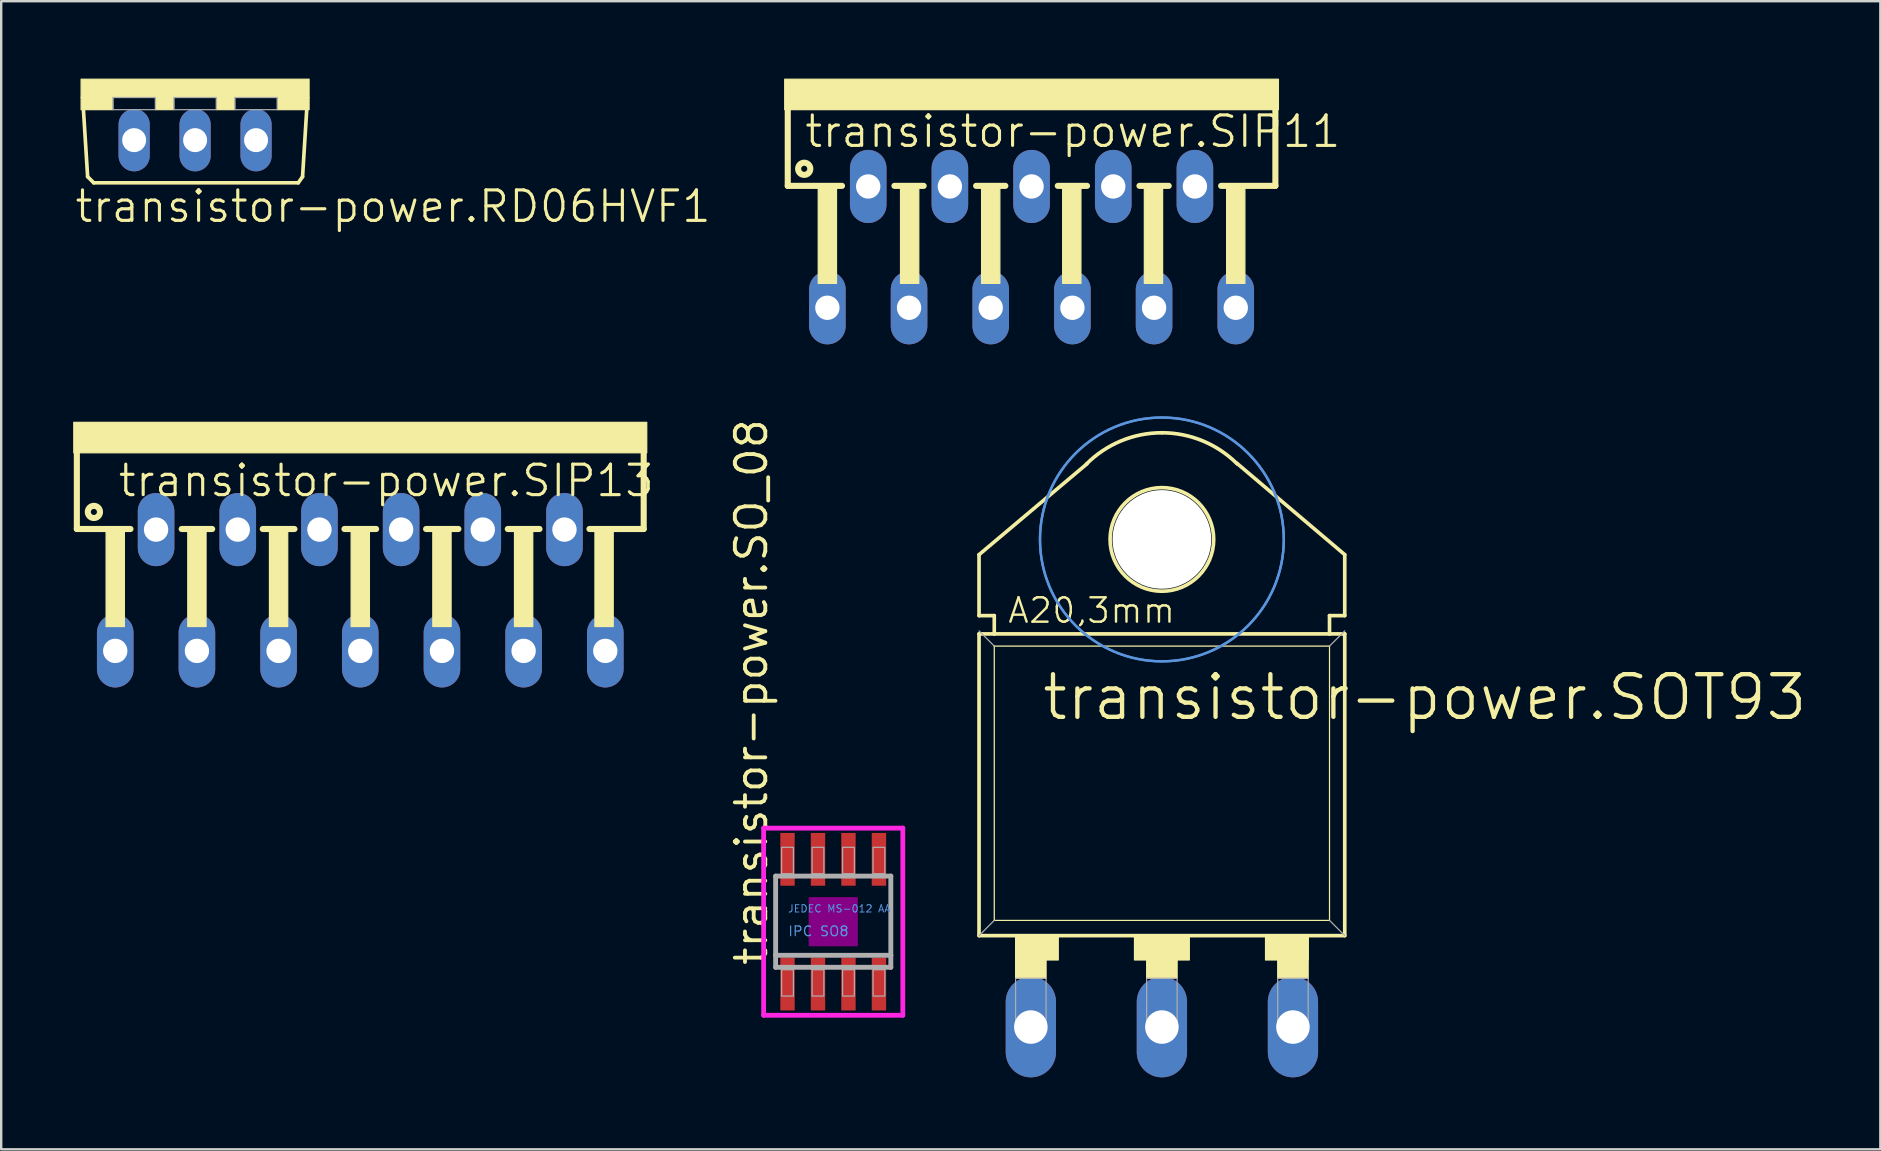
<source format=kicad_pcb>
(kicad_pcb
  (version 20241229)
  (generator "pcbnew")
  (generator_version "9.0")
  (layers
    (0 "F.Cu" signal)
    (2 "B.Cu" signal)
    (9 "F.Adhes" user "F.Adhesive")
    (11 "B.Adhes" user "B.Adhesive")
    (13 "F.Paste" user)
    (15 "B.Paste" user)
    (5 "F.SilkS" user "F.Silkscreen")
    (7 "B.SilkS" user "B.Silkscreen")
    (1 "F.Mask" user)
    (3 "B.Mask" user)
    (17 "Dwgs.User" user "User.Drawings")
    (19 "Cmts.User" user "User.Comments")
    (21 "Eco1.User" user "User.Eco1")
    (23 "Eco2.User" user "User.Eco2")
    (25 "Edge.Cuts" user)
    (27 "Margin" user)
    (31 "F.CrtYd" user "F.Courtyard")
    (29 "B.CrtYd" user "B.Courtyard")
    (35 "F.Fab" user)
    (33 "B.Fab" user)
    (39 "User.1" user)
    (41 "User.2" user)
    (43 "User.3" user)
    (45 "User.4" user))
  (footprint "transistor-power.SO_08"
    (layer "F.Cu")
    (at 31.672 35.359)
    (property "Reference" "transistor-power.SO_08" (at -2.667 1.905 90) (layer "F.SilkS") (effects (font (size 1.27 1.27) (thickness 0.16)) (justify left bottom)))
    (attr smd)
    (fp_rect (start -1 1) (end 1 -1) (stroke (width 0.05) (type default)) (fill yes) (layer "F.Adhes"))
    (fp_line (start -2.9 -3.9) (end 2.9 -3.9) (stroke (width 0.2) (type default)) (layer "F.CrtYd"))
    (fp_line (start -2.9 3.9) (end -2.9 -3.9) (stroke (width 0.2) (type default)) (layer "F.CrtYd"))
    (fp_line (start 2.9 -3.9) (end 2.9 3.9) (stroke (width 0.2) (type default)) (layer "F.CrtYd"))
    (fp_line (start 2.9 3.9) (end -2.9 3.9) (stroke (width 0.2) (type default)) (layer "F.CrtYd"))
    (fp_line (start -2.4 -1.9) (end 2.4 -1.9) (stroke (width 0.203) (type default)) (layer "F.Fab"))
    (fp_line (start -2.4 1.4) (end -2.4 -1.9) (stroke (width 0.203) (type default)) (layer "F.Fab"))
    (fp_line (start -2.4 1.9) (end -2.4 1.4) (stroke (width 0.203) (type default)) (layer "F.Fab"))
    (fp_line (start 2.4 -1.9) (end 2.4 1.4) (stroke (width 0.203) (type default)) (layer "F.Fab"))
    (fp_line (start 2.4 1.4) (end -2.4 1.4) (stroke (width 0.203) (type default)) (layer "F.Fab"))
    (fp_line (start 2.4 1.4) (end 2.4 1.9) (stroke (width 0.203) (type default)) (layer "F.Fab"))
    (fp_line (start 2.4 1.9) (end -2.4 1.9) (stroke (width 0.203) (type default)) (layer "F.Fab"))
    (fp_rect (start -2.15 -2) (end -1.66 -3.1) (stroke (width 0.05) (type default)) (fill no) (layer "F.Fab"))
    (fp_rect (start -2.15 3.1) (end -1.66 2) (stroke (width 0.05) (type default)) (fill no) (layer "F.Fab"))
    (fp_rect (start -0.88 -2) (end -0.39 -3.1) (stroke (width 0.05) (type default)) (fill no) (layer "F.Fab"))
    (fp_rect (start -0.88 3.1) (end -0.39 2) (stroke (width 0.05) (type default)) (fill no) (layer "F.Fab"))
    (fp_rect (start 0.39 -2) (end 0.88 -3.1) (stroke (width 0.05) (type default)) (fill no) (layer "F.Fab"))
    (fp_rect (start 0.39 3.1) (end 0.88 2) (stroke (width 0.05) (type default)) (fill no) (layer "F.Fab"))
    (fp_rect (start 1.66 -2) (end 2.15 -3.1) (stroke (width 0.05) (type default)) (fill no) (layer "F.Fab"))
    (fp_rect (start 1.66 3.1) (end 2.15 2) (stroke (width 0.05) (type default)) (fill no) (layer "F.Fab"))
    (fp_text user "JEDEC MS-012 AA" (at -1.905 -0.365 0) (layer "Cmts.User") (effects (font (size 0.305 0.305) (thickness 0.04)) (justify left bottom)))
    (fp_text user "IPC SO8" (at -1.905 0.635 0) (layer "Cmts.User") (effects (font (size 0.406 0.406) (thickness 0.05)) (justify left bottom)))
    (pad "1" smd roundrect (at -1.905 2.6) (size 0.6 2.2) (layers "F.Cu" "F.Mask" "F.Paste") (roundrect_rratio 0.01))
    (pad "2" smd roundrect (at -0.635 2.6) (size 0.6 2.2) (layers "F.Cu" "F.Mask" "F.Paste") (roundrect_rratio 0.01))
    (pad "3" smd roundrect (at 0.635 2.6) (size 0.6 2.2) (layers "F.Cu" "F.Mask" "F.Paste") (roundrect_rratio 0.01))
    (pad "4" smd roundrect (at 1.905 2.6) (size 0.6 2.2) (layers "F.Cu" "F.Mask" "F.Paste") (roundrect_rratio 0.01))
    (pad "5" smd roundrect (at 1.905 -2.6) (size 0.6 2.2) (layers "F.Cu" "F.Mask" "F.Paste") (roundrect_rratio 0.01))
    (pad "6" smd roundrect (at 0.635 -2.6) (size 0.6 2.2) (layers "F.Cu" "F.Mask" "F.Paste") (roundrect_rratio 0.01))
    (pad "7" smd roundrect (at -0.635 -2.6) (size 0.6 2.2) (layers "F.Cu" "F.Mask" "F.Paste") (roundrect_rratio 0.01))
    (pad "8" smd roundrect (at -1.905 -2.6) (size 0.6 2.2) (layers "F.Cu" "F.Mask" "F.Paste") (roundrect_rratio 0.01)))
  (footprint "transistor-power.SIP13"
    (layer "F.Cu")
    (at 11.963 14.549)
    (property "Reference" "transistor-power.SIP13" (at -10.16 3.175 0) (layer "F.SilkS") (effects (font (size 1.27 1.27) (thickness 0.13)) (justify left bottom)))
    (attr through_hole)
    (fp_line (start -11.811 1.27) (end -11.811 4.445) (stroke (width 0.254) (type default)) (layer "F.SilkS"))
    (fp_line (start -9.576 4.445) (end -11.811 4.445) (stroke (width 0.254) (type default)) (layer "F.SilkS"))
    (fp_line (start -7.442 4.445) (end -6.172 4.445) (stroke (width 0.254) (type default)) (layer "F.SilkS"))
    (fp_line (start -4.064 4.445) (end -2.743 4.445) (stroke (width 0.254) (type default)) (layer "F.SilkS"))
    (fp_line (start -0.66 4.445) (end 0.66 4.445) (stroke (width 0.254) (type default)) (layer "F.SilkS"))
    (fp_line (start 2.743 4.445) (end 4.089 4.445) (stroke (width 0.254) (type default)) (layer "F.SilkS"))
    (fp_line (start 6.147 4.445) (end 7.468 4.445) (stroke (width 0.254) (type default)) (layer "F.SilkS"))
    (fp_line (start 9.55 4.445) (end 11.811 4.445) (stroke (width 0.254) (type default)) (layer "F.SilkS"))
    (fp_line (start 11.811 4.445) (end 11.811 1.27) (stroke (width 0.254) (type default)) (layer "F.SilkS"))
    (fp_rect (start -11.938 1.27) (end 11.938 0) (stroke (width 0.05) (type default)) (fill yes) (layer "F.SilkS"))
    (fp_rect (start -10.592 8.509) (end -9.83 4.445) (stroke (width 0.05) (type default)) (fill yes) (layer "F.SilkS"))
    (fp_rect (start -7.188 8.509) (end -6.426 4.445) (stroke (width 0.05) (type default)) (fill yes) (layer "F.SilkS"))
    (fp_rect (start -3.785 8.509) (end -3.023 4.445) (stroke (width 0.05) (type default)) (fill yes) (layer "F.SilkS"))
    (fp_rect (start -0.381 8.509) (end 0.381 4.445) (stroke (width 0.05) (type default)) (fill yes) (layer "F.SilkS"))
    (fp_rect (start 3.023 8.509) (end 3.785 4.445) (stroke (width 0.05) (type default)) (fill yes) (layer "F.SilkS"))
    (fp_rect (start 6.426 8.509) (end 7.188 4.445) (stroke (width 0.05) (type default)) (fill yes) (layer "F.SilkS"))
    (fp_rect (start 9.779 8.509) (end 10.541 4.445) (stroke (width 0.05) (type default)) (fill yes) (layer "F.SilkS"))
    (fp_circle (center -11.1 3.734) (end -10.846 3.734) (stroke (width 0.254) (type default)) (fill no) (layer "F.SilkS"))
    (pad "1" thru_hole oval (at -10.211 9.525 90) (size 3.048 1.524) (drill 1.016) (layers "*.Cu" "*.Mask"))
    (pad "2" thru_hole oval (at -8.509 4.47 90) (size 3.048 1.524) (drill 1.016) (layers "*.Cu" "*.Mask"))
    (pad "3" thru_hole oval (at -6.807 9.525 90) (size 3.048 1.524) (drill 1.016) (layers "*.Cu" "*.Mask"))
    (pad "4" thru_hole oval (at -5.105 4.47 90) (size 3.048 1.524) (drill 1.016) (layers "*.Cu" "*.Mask"))
    (pad "5" thru_hole oval (at -3.404 9.525 90) (size 3.048 1.524) (drill 1.016) (layers "*.Cu" "*.Mask"))
    (pad "6" thru_hole oval (at -1.702 4.47 90) (size 3.048 1.524) (drill 1.016) (layers "*.Cu" "*.Mask"))
    (pad "7" thru_hole oval (at 0 9.525 90) (size 3.048 1.524) (drill 1.016) (layers "*.Cu" "*.Mask"))
    (pad "8" thru_hole oval (at 1.702 4.47 90) (size 3.048 1.524) (drill 1.016) (layers "*.Cu" "*.Mask"))
    (pad "9" thru_hole oval (at 3.404 9.525 90) (size 3.048 1.524) (drill 1.016) (layers "*.Cu" "*.Mask"))
    (pad "10" thru_hole oval (at 5.105 4.47 90) (size 3.048 1.524) (drill 1.016) (layers "*.Cu" "*.Mask"))
    (pad "11" thru_hole oval (at 6.807 9.525 90) (size 3.048 1.524) (drill 1.016) (layers "*.Cu" "*.Mask"))
    (pad "12" thru_hole oval (at 8.509 4.47 90) (size 3.048 1.524) (drill 1.016) (layers "*.Cu" "*.Mask"))
    (pad "13" thru_hole oval (at 10.211 9.525 90) (size 3.048 1.524) (drill 1.016) (layers "*.Cu" "*.Mask")))
  (footprint "transistor-power.SOT93"
    (layer "F.Cu")
    (at 45.368 29.589)
    (property "Reference" "transistor-power.SOT93" (at -5.08 -2.54 0) (layer "F.SilkS") (effects (font (size 1.778 1.778) (thickness 0.18)) (justify left bottom)))
    (attr through_hole)
    (fp_line (start -7.62 -9.525) (end -3.124 -13.31) (stroke (width 0.152) (type default)) (layer "F.SilkS"))
    (fp_line (start -7.62 -6.985) (end -7.62 -9.525) (stroke (width 0.152) (type default)) (layer "F.SilkS"))
    (fp_line (start -7.62 6.35) (end -7.62 -6.223) (stroke (width 0.152) (type default)) (layer "F.SilkS"))
    (fp_line (start -7.62 6.35) (end 7.62 6.35) (stroke (width 0.152) (type default)) (layer "F.SilkS"))
    (fp_line (start -6.985 -6.985) (end -7.62 -6.985) (stroke (width 0.152) (type default)) (layer "F.SilkS"))
    (fp_line (start -6.985 -6.223) (end -7.62 -6.223) (stroke (width 0.152) (type default)) (layer "F.SilkS"))
    (fp_line (start -6.985 -6.223) (end -6.985 -6.985) (stroke (width 0.152) (type default)) (layer "F.SilkS"))
    (fp_line (start -6.985 5.715) (end -6.985 -5.715) (stroke (width 0.051) (type default)) (layer "F.SilkS"))
    (fp_line (start -6.985 5.715) (end 6.985 5.715) (stroke (width 0.051) (type default)) (layer "F.SilkS"))
    (fp_line (start 6.985 -6.985) (end 7.62 -6.985) (stroke (width 0.152) (type default)) (layer "F.SilkS"))
    (fp_line (start 6.985 -6.223) (end -6.985 -6.223) (stroke (width 0.152) (type default)) (layer "F.SilkS"))
    (fp_line (start 6.985 -6.223) (end 6.985 -6.985) (stroke (width 0.152) (type default)) (layer "F.SilkS"))
    (fp_line (start 6.985 -5.715) (end -6.985 -5.715) (stroke (width 0.051) (type default)) (layer "F.SilkS"))
    (fp_line (start 6.985 -5.715) (end 6.985 5.715) (stroke (width 0.051) (type default)) (layer "F.SilkS"))
    (fp_line (start 7.62 -9.525) (end 3.124 -13.335) (stroke (width 0.152) (type default)) (layer "F.SilkS"))
    (fp_line (start 7.62 -6.985) (end 7.62 -9.525) (stroke (width 0.152) (type default)) (layer "F.SilkS"))
    (fp_line (start 7.62 -6.223) (end 6.985 -6.223) (stroke (width 0.152) (type default)) (layer "F.SilkS"))
    (fp_line (start 7.62 -6.223) (end 7.62 6.35) (stroke (width 0.152) (type default)) (layer "F.SilkS"))
    (fp_rect (start -6.096 7.366) (end -4.318 6.35) (stroke (width 0.05) (type default)) (fill yes) (layer "F.SilkS"))
    (fp_rect (start -6.096 8.128) (end -4.826 6.35) (stroke (width 0.05) (type default)) (fill yes) (layer "F.SilkS"))
    (fp_rect (start -1.143 7.366) (end 1.143 6.35) (stroke (width 0.05) (type default)) (fill yes) (layer "F.SilkS"))
    (fp_rect (start -0.635 8.128) (end 0.635 6.35) (stroke (width 0.05) (type default)) (fill yes) (layer "F.SilkS"))
    (fp_rect (start 4.318 7.366) (end 6.096 6.35) (stroke (width 0.05) (type default)) (fill yes) (layer "F.SilkS"))
    (fp_rect (start 4.826 8.128) (end 6.096 6.35) (stroke (width 0.05) (type default)) (fill yes) (layer "F.SilkS"))
    (fp_arc (start -3.1431 -13.3031) (mid -1.701032 -14.266651) (end 0 -14.605) (stroke (width 0.1524) (type default)) (layer "F.SilkS"))
    (fp_arc (start 0 -14.605) (mid 1.701032 -14.266651) (end 3.1431 -13.3031) (stroke (width 0.1524) (type default)) (layer "F.SilkS"))
    (fp_circle (center 0 -10.16) (end 2.159 -10.16) (stroke (width 0.152) (type default)) (fill no) (layer "F.SilkS"))
    (fp_circle (center 0 -10.16) (end 5.08 -10.16) (stroke (width 0.1) (type default)) (fill no) (layer "Cmts.User"))
    (fp_circle (center 0 -10.16) (end 5.08 -10.16) (stroke (width 0.1) (type default)) (fill no) (layer "Cmts.User"))
    (fp_line (start -6.985 -5.715) (end -7.62 -6.35) (stroke (width 0.051) (type default)) (layer "F.Fab"))
    (fp_line (start -6.985 5.715) (end -7.62 6.35) (stroke (width 0.051) (type default)) (layer "F.Fab"))
    (fp_line (start 6.985 -5.715) (end 7.62 -6.35) (stroke (width 0.051) (type default)) (layer "F.Fab"))
    (fp_line (start 6.985 5.715) (end 7.62 6.35) (stroke (width 0.051) (type default)) (layer "F.Fab"))
    (fp_rect (start -6.096 10.287) (end -4.826 8.128) (stroke (width 0.05) (type default)) (fill no) (layer "F.Fab"))
    (fp_rect (start -0.635 10.287) (end 0.635 8.128) (stroke (width 0.05) (type default)) (fill no) (layer "F.Fab"))
    (fp_rect (start 4.826 10.287) (end 6.096 8.128) (stroke (width 0.05) (type default)) (fill no) (layer "F.Fab"))
    (fp_text user "A20,3mm" (at -6.477 -6.604 0) (layer "F.SilkS") (effects (font (size 1.016 1.016) (thickness 0.1)) (justify left bottom)))
    (pad "" np_thru_hole circle (at 0 -10.16) (size 4.115 4.115) (drill 4.115) (layers "*.Cu" "*.Mask"))
    (pad "B" thru_hole oval (at -5.461 10.16 90) (size 4.191 2.095) (drill 1.397) (layers "*.Cu" "*.Mask"))
    (pad "C" thru_hole oval (at 0 10.16 90) (size 4.191 2.095) (drill 1.397) (layers "*.Cu" "*.Mask"))
    (pad "E" thru_hole oval (at 5.461 10.16 90) (size 4.191 2.095) (drill 1.397) (layers "*.Cu" "*.Mask")))
  (footprint "transistor-power.RD06HVF1"
    (layer "F.Cu")
    (at 5.08 0.25)
    (property "Reference" "transistor-power.RD06HVF1" (at -5.08 6.045 0) (layer "F.SilkS") (effects (font (size 1.27 1.27) (thickness 0.13)) (justify left bottom)))
    (attr through_hole)
    (fp_line (start -4.478 4.064) (end -4.655 1.243) (stroke (width 0.152) (type default)) (layer "F.SilkS"))
    (fp_line (start -4.478 4.064) (end -4.224 4.318) (stroke (width 0.152) (type default)) (layer "F.SilkS"))
    (fp_line (start 4.299 4.318) (end -4.224 4.318) (stroke (width 0.152) (type default)) (layer "F.SilkS"))
    (fp_line (start 4.299 4.318) (end 4.478 4.064) (stroke (width 0.152) (type default)) (layer "F.SilkS"))
    (fp_line (start 4.655 1.218) (end 4.478 4.064) (stroke (width 0.152) (type default)) (layer "F.SilkS"))
    (fp_rect (start -4.75 0.762) (end 4.75 0) (stroke (width 0.05) (type default)) (fill yes) (layer "F.SilkS"))
    (fp_rect (start -4.75 1.27) (end -3.429 0.762) (stroke (width 0.05) (type default)) (fill yes) (layer "F.SilkS"))
    (fp_rect (start -1.651 1.27) (end -0.889 0.762) (stroke (width 0.05) (type default)) (fill yes) (layer "F.SilkS"))
    (fp_rect (start 0.889 1.27) (end 1.651 0.762) (stroke (width 0.05) (type default)) (fill yes) (layer "F.SilkS"))
    (fp_rect (start 3.429 1.27) (end 4.75 0.762) (stroke (width 0.05) (type default)) (fill yes) (layer "F.SilkS"))
    (fp_rect (start -3.429 1.27) (end -1.651 0.762) (stroke (width 0.05) (type default)) (fill no) (layer "F.Fab"))
    (fp_rect (start -0.889 1.27) (end 0.889 0.762) (stroke (width 0.05) (type default)) (fill no) (layer "F.Fab"))
    (fp_rect (start 1.651 1.27) (end 3.429 0.762) (stroke (width 0.05) (type default)) (fill no) (layer "F.Fab"))
    (pad "1" thru_hole oval (at -2.54 2.54 90) (size 2.6 1.3) (drill 1) (layers "*.Cu" "*.Mask"))
    (pad "2" thru_hole oval (at 0 2.54 90) (size 2.6 1.3) (drill 1) (layers "*.Cu" "*.Mask"))
    (pad "3" thru_hole oval (at 2.54 2.54 90) (size 2.6 1.3) (drill 1) (layers "*.Cu" "*.Mask")))
  (footprint "transistor-power.SIP11"
    (layer "F.Cu")
    (at 39.937 0.25)
    (property "Reference" "transistor-power.SIP11" (at -9.525 2.921 0) (layer "F.SilkS") (effects (font (size 1.27 1.27) (thickness 0.13)) (justify left bottom)))
    (attr through_hole)
    (fp_line (start -10.16 1.27) (end -10.16 4.445) (stroke (width 0.254) (type default)) (layer "F.SilkS"))
    (fp_line (start -7.899 4.445) (end -10.16 4.445) (stroke (width 0.254) (type default)) (layer "F.SilkS"))
    (fp_line (start -5.715 4.445) (end -4.496 4.445) (stroke (width 0.254) (type default)) (layer "F.SilkS"))
    (fp_line (start -2.311 4.445) (end -1.092 4.445) (stroke (width 0.254) (type default)) (layer "F.SilkS"))
    (fp_line (start 1.092 4.445) (end 2.311 4.445) (stroke (width 0.254) (type default)) (layer "F.SilkS"))
    (fp_line (start 4.496 4.445) (end 5.715 4.445) (stroke (width 0.254) (type default)) (layer "F.SilkS"))
    (fp_line (start 7.899 4.445) (end 10.16 4.445) (stroke (width 0.254) (type default)) (layer "F.SilkS"))
    (fp_line (start 10.16 1.27) (end 10.16 4.445) (stroke (width 0.254) (type default)) (layer "F.SilkS"))
    (fp_rect (start -10.287 1.27) (end 10.287 0) (stroke (width 0.05) (type default)) (fill yes) (layer "F.SilkS"))
    (fp_rect (start -8.89 8.509) (end -8.128 4.445) (stroke (width 0.05) (type default)) (fill yes) (layer "F.SilkS"))
    (fp_rect (start -5.461 8.509) (end -4.699 4.445) (stroke (width 0.05) (type default)) (fill yes) (layer "F.SilkS"))
    (fp_rect (start -2.083 8.509) (end -1.321 4.445) (stroke (width 0.05) (type default)) (fill yes) (layer "F.SilkS"))
    (fp_rect (start 1.295 8.509) (end 2.057 4.445) (stroke (width 0.05) (type default)) (fill yes) (layer "F.SilkS"))
    (fp_rect (start 4.699 8.509) (end 5.461 4.445) (stroke (width 0.05) (type default)) (fill yes) (layer "F.SilkS"))
    (fp_rect (start 8.128 8.509) (end 8.89 4.445) (stroke (width 0.05) (type default)) (fill yes) (layer "F.SilkS"))
    (fp_circle (center -9.474 3.734) (end -9.22 3.734) (stroke (width 0.254) (type default)) (fill no) (layer "F.SilkS"))
    (pad "1" thru_hole oval (at -8.509 9.525 90) (size 3.048 1.524) (drill 1.016) (layers "*.Cu" "*.Mask"))
    (pad "2" thru_hole oval (at -6.807 4.47 90) (size 3.048 1.524) (drill 1.016) (layers "*.Cu" "*.Mask"))
    (pad "3" thru_hole oval (at -5.105 9.525 90) (size 3.048 1.524) (drill 1.016) (layers "*.Cu" "*.Mask"))
    (pad "4" thru_hole oval (at -3.404 4.47 90) (size 3.048 1.524) (drill 1.016) (layers "*.Cu" "*.Mask"))
    (pad "5" thru_hole oval (at -1.702 9.525 90) (size 3.048 1.524) (drill 1.016) (layers "*.Cu" "*.Mask"))
    (pad "6" thru_hole oval (at 0 4.47 90) (size 3.048 1.524) (drill 1.016) (layers "*.Cu" "*.Mask"))
    (pad "7" thru_hole oval (at 1.702 9.525 90) (size 3.048 1.524) (drill 1.016) (layers "*.Cu" "*.Mask"))
    (pad "8" thru_hole oval (at 3.404 4.47 90) (size 3.048 1.524) (drill 1.016) (layers "*.Cu" "*.Mask"))
    (pad "9" thru_hole oval (at 5.105 9.525 90) (size 3.048 1.524) (drill 1.016) (layers "*.Cu" "*.Mask"))
    (pad "10" thru_hole oval (at 6.807 4.47 90) (size 3.048 1.524) (drill 1.016) (layers "*.Cu" "*.Mask"))
    (pad "11" thru_hole oval (at 8.509 9.525 90) (size 3.048 1.524) (drill 1.016) (layers "*.Cu" "*.Mask")))
  (gr_rect
    (start -3 -3)
    (end 75.307 44.844)
    (stroke (width 0.1) (type default))
    (fill no)
    (layer "Edge.Cuts")))
</source>
